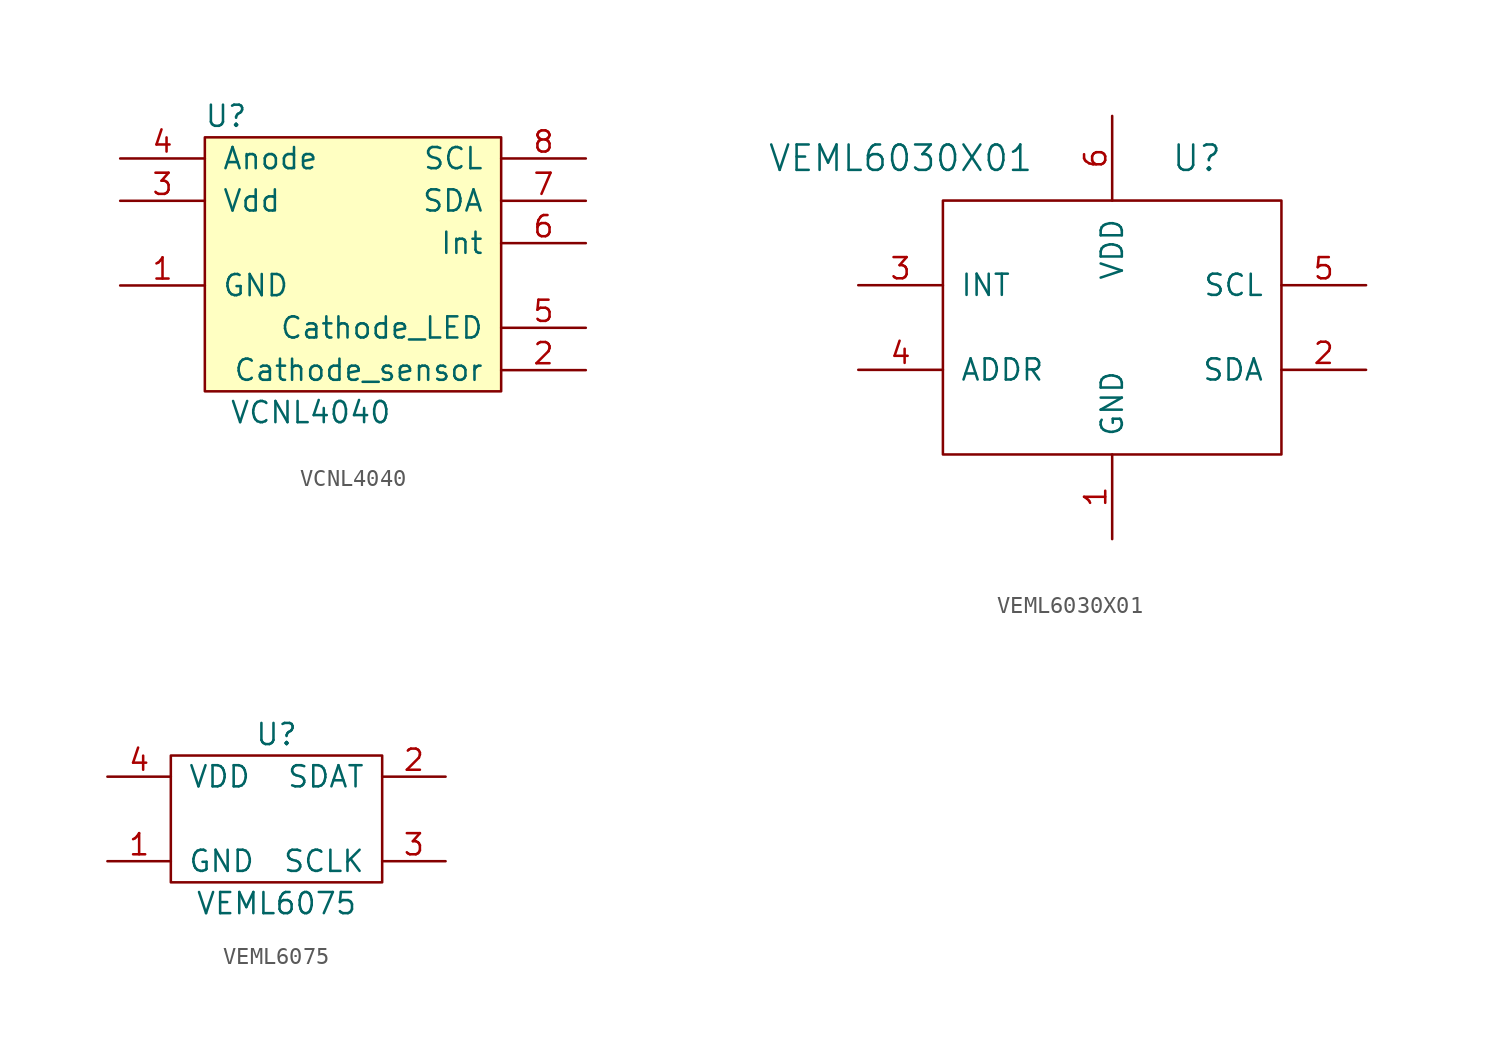
<source format=kicad_sym>
(kicad_symbol_lib
  (version 20211014)
  (generator kicad_symbol_editor)
  (symbol "VCNL4040"
    (pin_names
      (offset 1.016))
    (property "Reference" "U"
      (at -7.62 8.89 0)
      (effects (font (size 1.27 1.27))))
    (property "Value" "VCNL4040"
      (at -2.54 -8.89 0)
      (effects (font (size 1.27 1.27))))
    (symbol "VCNL4040_0_1"
      (rectangle (start -8.89 7.62) (end 8.89 -7.62) (stroke (width 0) (type default) (color 0 0 0 0)) (fill (type background))))
    (symbol "VCNL4040_1_1"
      (pin power_in line (at -13.97 -1.27 0) (length 5.08) (name "GND" (effects (font (size 1.27 1.27)))) (number "1" (effects (font (size 1.27 1.27)))))
      (pin output line (at 13.97 -6.35 180) (length 5.08) (name "Cathode_sensor" (effects (font (size 1.27 1.27)))) (number "2" (effects (font (size 1.27 1.27)))))
      (pin power_in line (at -13.97 3.81 0) (length 5.08) (name "Vdd" (effects (font (size 1.27 1.27)))) (number "3" (effects (font (size 1.27 1.27)))))
      (pin power_in line (at -13.97 6.35 0) (length 5.08) (name "Anode" (effects (font (size 1.27 1.27)))) (number "4" (effects (font (size 1.27 1.27)))))
      (pin input line (at 13.97 -3.81 180) (length 5.08) (name "Cathode_LED" (effects (font (size 1.27 1.27)))) (number "5" (effects (font (size 1.27 1.27)))))
      (pin output line (at 13.97 1.27 180) (length 5.08) (name "Int" (effects (font (size 1.27 1.27)))) (number "6" (effects (font (size 1.27 1.27)))))
      (pin bidirectional line (at 13.97 3.81 180) (length 5.08) (name "SDA" (effects (font (size 1.27 1.27)))) (number "7" (effects (font (size 1.27 1.27)))))
      (pin input line (at 13.97 6.35 180) (length 5.08) (name "SCL" (effects (font (size 1.27 1.27)))) (number "8" (effects (font (size 1.27 1.27)))))))
  (symbol "VEML6030X01"
    (pin_names
      (offset 1.016))
    (property "Reference" "U"
      (at 5.08 10.16 0)
      (effects (font (size 1.524 1.524))))
    (property "Value" "VEML6030X01"
      (at -12.7 10.16 0)
      (effects (font (size 1.524 1.524))))
    (symbol "VEML6030X01_0_1"
      (rectangle (start -10.16 7.62) (end 10.16 -7.62) (stroke (width 0) (type default) (color 0 0 0 0)) (fill (type none))))
    (symbol "VEML6030X01_1_1"
      (pin input line (at 0 -12.7 90) (length 5.08) (name "GND" (effects (font (size 1.27 1.27)))) (number "1" (effects (font (size 1.27 1.27)))))
      (pin input line (at 15.24 -2.54 180) (length 5.08) (name "SDA" (effects (font (size 1.27 1.27)))) (number "2" (effects (font (size 1.27 1.27)))))
      (pin input line (at -15.24 2.54 0) (length 5.08) (name "INT" (effects (font (size 1.27 1.27)))) (number "3" (effects (font (size 1.27 1.27)))))
      (pin input line (at -15.24 -2.54 0) (length 5.08) (name "ADDR" (effects (font (size 1.27 1.27)))) (number "4" (effects (font (size 1.27 1.27)))))
      (pin input line (at 15.24 2.54 180) (length 5.08) (name "SCL" (effects (font (size 1.27 1.27)))) (number "5" (effects (font (size 1.27 1.27)))))
      (pin input line (at 0 12.7 270) (length 5.08) (name "VDD" (effects (font (size 1.27 1.27)))) (number "6" (effects (font (size 1.27 1.27)))))))
  (symbol "VEML6075"
    (pin_names
      (offset 1.016))
    (property "Reference" "U"
      (at 0 5.08 0)
      (effects (font (size 1.27 1.27))))
    (property "Value" "VEML6075"
      (at 0 -5.08 0)
      (effects (font (size 1.27 1.27))))
    (symbol "VEML6075_1_1"
      (rectangle (start -6.35 3.81) (end 6.35 -3.81) (stroke (width 0) (type default) (color 0 0 0 0)) (fill (type none)))
      (pin passive line (at -10.16 -2.54 0) (length 3.81) (name "GND" (effects (font (size 1.27 1.27)))) (number "1" (effects (font (size 1.27 1.27)))))
      (pin passive line (at 10.16 2.54 180) (length 3.81) (name "SDAT" (effects (font (size 1.27 1.27)))) (number "2" (effects (font (size 1.27 1.27)))))
      (pin passive line (at 10.16 -2.54 180) (length 3.81) (name "SCLK" (effects (font (size 1.27 1.27)))) (number "3" (effects (font (size 1.27 1.27)))))
      (pin passive line (at -10.16 2.54 0) (length 3.81) (name "VDD" (effects (font (size 1.27 1.27)))) (number "4" (effects (font (size 1.27 1.27))))))))
</source>
